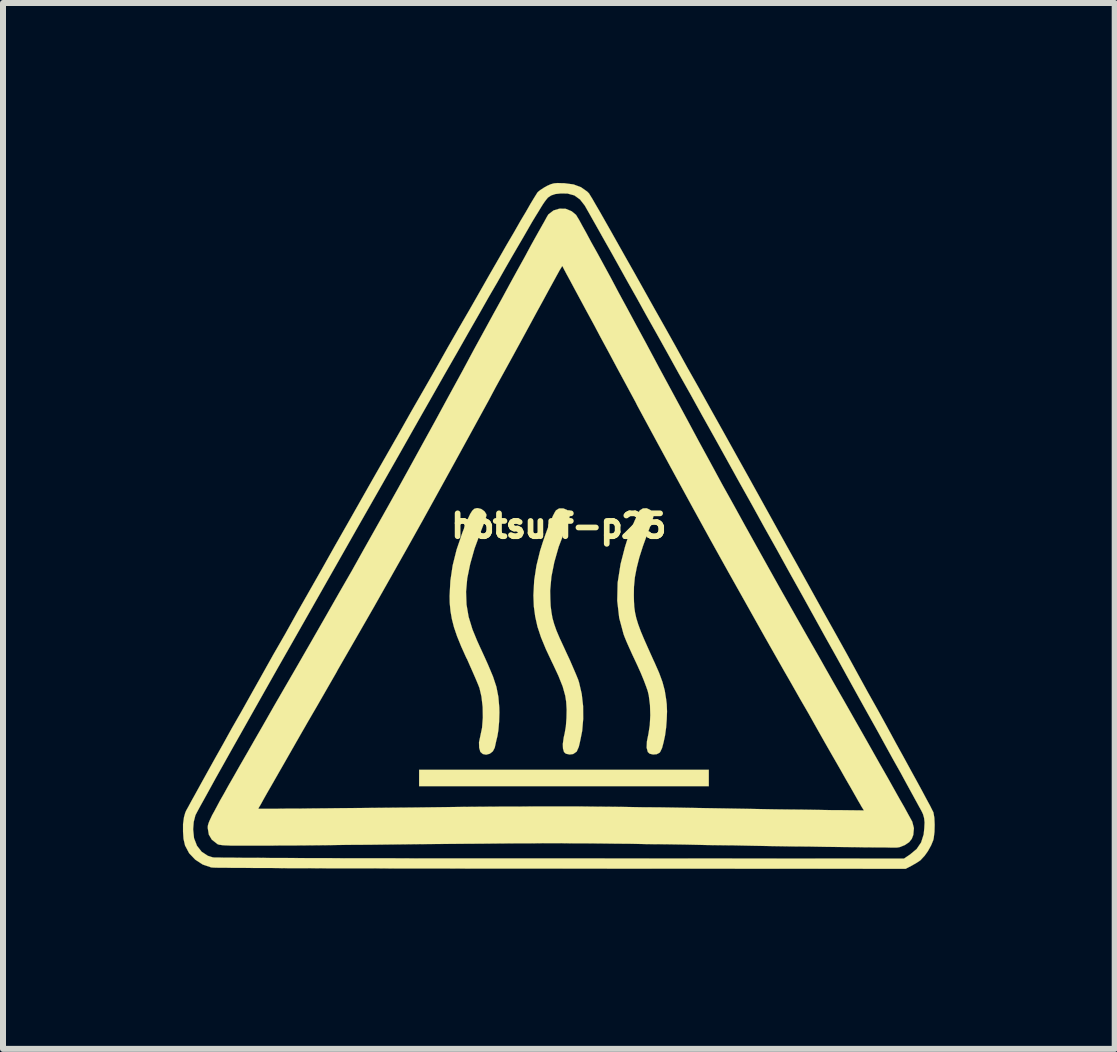
<source format=kicad_pcb>
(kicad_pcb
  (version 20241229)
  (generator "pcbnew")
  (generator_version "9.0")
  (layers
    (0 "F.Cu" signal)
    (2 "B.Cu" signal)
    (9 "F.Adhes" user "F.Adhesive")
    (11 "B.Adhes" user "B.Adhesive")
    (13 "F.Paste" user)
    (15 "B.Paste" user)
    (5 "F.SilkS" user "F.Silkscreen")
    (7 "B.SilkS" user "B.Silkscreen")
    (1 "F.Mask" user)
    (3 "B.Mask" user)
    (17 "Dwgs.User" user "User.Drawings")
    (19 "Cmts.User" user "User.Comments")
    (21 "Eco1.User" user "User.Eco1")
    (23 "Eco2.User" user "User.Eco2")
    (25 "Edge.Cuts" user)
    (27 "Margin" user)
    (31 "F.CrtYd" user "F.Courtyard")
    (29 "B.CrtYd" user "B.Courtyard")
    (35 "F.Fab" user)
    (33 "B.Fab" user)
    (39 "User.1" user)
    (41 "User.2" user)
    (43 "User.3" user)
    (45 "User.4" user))
  (footprint "hotsurf-p25"
    (layer "F.Cu")
    (at 6.265 5.716)
    (property "Reference" "hotsurf-p25" (at 0 0 0) (layer "F.SilkS") (effects (font (size 0.381 0.381) (thickness 0.127))))
    (attr through_hole)
    (fp_poly (pts (xy 2.499 4.338) (xy 0.086 4.338) (xy -2.329 4.338) (xy -2.329 4.201) (xy -2.329 4.064) (xy 0.086 4.064) (xy 2.499 4.064) (xy 2.499 4.201) (xy 2.499 4.338)) (stroke (width 0.003) (type solid)) (fill yes) (layer "F.SilkS"))
    (fp_poly (pts (xy -0.991 3.111) (xy -0.996 3.266) (xy -1.008 3.404) (xy -1.024 3.503) (xy -1.044 3.584) (xy -1.059 3.653) (xy -1.069 3.698) (xy -1.1 3.757) (xy -1.151 3.797) (xy -1.212 3.813) (xy -1.267 3.802) (xy -1.308 3.767) (xy -1.328 3.698) (xy -1.331 3.607) (xy -1.311 3.513) (xy -1.28 3.365) (xy -1.267 3.195) (xy -1.27 3.018) (xy -1.29 2.845) (xy -1.323 2.703) (xy -1.344 2.649) (xy -1.379 2.565) (xy -1.425 2.459) (xy -1.478 2.339) (xy -1.534 2.212) (xy -1.539 2.207) (xy -1.628 2.009) (xy -1.697 1.839) (xy -1.748 1.689) (xy -1.783 1.552) (xy -1.806 1.42) (xy -1.819 1.283) (xy -1.821 1.168) (xy -1.808 0.914) (xy -1.77 0.658) (xy -1.704 0.394) (xy -1.608 0.112) (xy -1.56 -0.01) (xy -1.514 -0.124) (xy -1.476 -0.203) (xy -1.443 -0.254) (xy -1.412 -0.284) (xy -1.377 -0.295) (xy -1.351 -0.297) (xy -1.293 -0.282) (xy -1.24 -0.244) (xy -1.209 -0.196) (xy -1.206 -0.178) (xy -1.214 -0.147) (xy -1.234 -0.084) (xy -1.265 0) (xy -1.3 0.091) (xy -1.405 0.376) (xy -1.478 0.635) (xy -1.527 0.874) (xy -1.547 1.097) (xy -1.539 1.311) (xy -1.504 1.516) (xy -1.44 1.725) (xy -1.364 1.91) (xy -1.311 2.027) (xy -1.25 2.159) (xy -1.194 2.283) (xy -1.176 2.324) (xy -1.097 2.512) (xy -1.041 2.682) (xy -1.008 2.85) (xy -0.993 3.028) (xy -0.991 3.111)) (stroke (width 0.003) (type solid)) (fill yes) (layer "F.SilkS"))
    (fp_poly (pts (xy 0.406 3.216) (xy 0.389 3.416) (xy 0.363 3.546) (xy 0.348 3.617) (xy 0.333 3.68) (xy 0.33 3.688) (xy 0.297 3.762) (xy 0.239 3.802) (xy 0.18 3.81) (xy 0.117 3.797) (xy 0.086 3.769) (xy 0.069 3.711) (xy 0.066 3.635) (xy 0.081 3.526) (xy 0.097 3.457) (xy 0.117 3.34) (xy 0.127 3.203) (xy 0.13 3.061) (xy 0.122 2.929) (xy 0.107 2.832) (xy 0.064 2.677) (xy -0.008 2.497) (xy -0.102 2.296) (xy -0.112 2.276) (xy -0.216 2.055) (xy -0.297 1.859) (xy -0.356 1.681) (xy -0.394 1.511) (xy -0.417 1.341) (xy -0.424 1.161) (xy -0.424 1.156) (xy -0.411 0.907) (xy -0.373 0.66) (xy -0.31 0.404) (xy -0.302 0.381) (xy -0.267 0.269) (xy -0.226 0.15) (xy -0.183 0.033) (xy -0.137 -0.076) (xy -0.099 -0.168) (xy -0.066 -0.231) (xy -0.048 -0.259) (xy 0.005 -0.292) (xy 0.074 -0.292) (xy 0.135 -0.267) (xy 0.15 -0.254) (xy 0.173 -0.224) (xy 0.183 -0.185) (xy 0.175 -0.132) (xy 0.155 -0.058) (xy 0.114 0.043) (xy 0.104 0.069) (xy -0.003 0.348) (xy -0.076 0.605) (xy -0.124 0.846) (xy -0.145 1.079) (xy -0.142 1.217) (xy -0.137 1.333) (xy -0.124 1.435) (xy -0.107 1.534) (xy -0.079 1.633) (xy -0.041 1.742) (xy 0.013 1.869) (xy 0.084 2.022) (xy 0.127 2.116) (xy 0.185 2.24) (xy 0.239 2.365) (xy 0.287 2.477) (xy 0.323 2.565) (xy 0.338 2.614) (xy 0.381 2.799) (xy 0.404 3.002) (xy 0.406 3.216)) (stroke (width 0.003) (type solid)) (fill yes) (layer "F.SilkS"))
    (fp_poly (pts (xy 1.803 3.091) (xy 1.798 3.226) (xy 1.788 3.36) (xy 1.77 3.493) (xy 1.745 3.609) (xy 1.72 3.703) (xy 1.689 3.767) (xy 1.679 3.78) (xy 1.631 3.805) (xy 1.57 3.81) (xy 1.514 3.797) (xy 1.483 3.769) (xy 1.463 3.696) (xy 1.468 3.592) (xy 1.494 3.462) (xy 1.516 3.32) (xy 1.524 3.155) (xy 1.519 2.985) (xy 1.499 2.827) (xy 1.481 2.751) (xy 1.455 2.677) (xy 1.417 2.576) (xy 1.369 2.459) (xy 1.313 2.334) (xy 1.28 2.263) (xy 1.224 2.144) (xy 1.171 2.027) (xy 1.125 1.923) (xy 1.092 1.841) (xy 1.079 1.806) (xy 1.006 1.534) (xy 0.973 1.247) (xy 0.98 0.947) (xy 1.029 0.635) (xy 1.102 0.351) (xy 1.135 0.246) (xy 1.176 0.132) (xy 1.219 0.02) (xy 1.262 -0.084) (xy 1.303 -0.173) (xy 1.333 -0.234) (xy 1.349 -0.259) (xy 1.402 -0.292) (xy 1.463 -0.295) (xy 1.519 -0.269) (xy 1.562 -0.226) (xy 1.577 -0.17) (xy 1.575 -0.15) (xy 1.562 -0.109) (xy 1.539 -0.038) (xy 1.506 0.051) (xy 1.481 0.117) (xy 1.402 0.335) (xy 1.341 0.526) (xy 1.298 0.696) (xy 1.267 0.856) (xy 1.252 1.013) (xy 1.25 1.156) (xy 1.252 1.257) (xy 1.257 1.351) (xy 1.27 1.443) (xy 1.29 1.534) (xy 1.321 1.636) (xy 1.364 1.753) (xy 1.42 1.887) (xy 1.491 2.047) (xy 1.577 2.238) (xy 1.595 2.276) (xy 1.671 2.449) (xy 1.727 2.601) (xy 1.765 2.743) (xy 1.788 2.888) (xy 1.798 2.969) (xy 1.803 3.091)) (stroke (width 0.003) (type solid)) (fill yes) (layer "F.SilkS"))
    (fp_poly (pts (xy 6.264 4.981) (xy 6.261 5.1) (xy 6.248 5.204) (xy 6.241 5.237) (xy 6.205 5.324) (xy 6.152 5.42) (xy 6.096 5.499) (xy 6.096 4.943) (xy 6.088 4.869) (xy 6.071 4.808) (xy 6.06 4.783) (xy 6.045 4.752) (xy 6.01 4.689) (xy 5.956 4.59) (xy 5.885 4.46) (xy 5.799 4.303) (xy 5.697 4.115) (xy 5.578 3.904) (xy 5.448 3.668) (xy 5.306 3.409) (xy 5.151 3.132) (xy 4.986 2.835) (xy 4.813 2.522) (xy 4.633 2.195) (xy 4.442 1.854) (xy 4.247 1.501) (xy 4.049 1.143) (xy 3.843 0.775) (xy 3.637 0.401) (xy 3.426 0.025) (xy 3.218 -0.353) (xy 3.007 -0.729) (xy 2.799 -1.105) (xy 2.593 -1.476) (xy 2.39 -1.839) (xy 2.192 -2.197) (xy 1.996 -2.545) (xy 1.811 -2.88) (xy 1.631 -3.203) (xy 1.458 -3.51) (xy 1.298 -3.8) (xy 1.146 -4.069) (xy 1.006 -4.321) (xy 0.879 -4.549) (xy 0.765 -4.75) (xy 0.665 -4.928) (xy 0.582 -5.075) (xy 0.516 -5.192) (xy 0.467 -5.278) (xy 0.437 -5.331) (xy 0.434 -5.337) (xy 0.353 -5.441) (xy 0.259 -5.509) (xy 0.145 -5.54) (xy 0.033 -5.542) (xy -0.058 -5.532) (xy -0.127 -5.509) (xy -0.173 -5.479) (xy -0.185 -5.469) (xy -0.198 -5.453) (xy -0.216 -5.431) (xy -0.239 -5.4) (xy -0.267 -5.359) (xy -0.3 -5.306) (xy -0.34 -5.24) (xy -0.389 -5.161) (xy -0.447 -5.065) (xy -0.513 -4.95) (xy -0.589 -4.818) (xy -0.678 -4.666) (xy -0.78 -4.491) (xy -0.894 -4.293) (xy -1.021 -4.069) (xy -1.166 -3.82) (xy -1.323 -3.543) (xy -1.499 -3.236) (xy -1.692 -2.896) (xy -1.905 -2.525) (xy -2.136 -2.118) (xy -2.324 -1.788) (xy -2.672 -1.173) (xy -3.007 -0.584) (xy -3.327 -0.023) (xy -3.63 0.511) (xy -3.917 1.016) (xy -4.188 1.494) (xy -4.442 1.941) (xy -4.679 2.357) (xy -4.897 2.743) (xy -5.098 3.099) (xy -5.281 3.424) (xy -5.446 3.716) (xy -5.591 3.975) (xy -5.718 4.201) (xy -5.824 4.394) (xy -5.911 4.552) (xy -5.979 4.674) (xy -6.027 4.763) (xy -6.053 4.813) (xy -6.058 4.823) (xy -6.086 4.933) (xy -6.096 5.057) (xy -6.081 5.204) (xy -6.032 5.331) (xy -5.954 5.431) (xy -5.85 5.499) (xy -5.771 5.524) (xy -5.745 5.527) (xy -5.677 5.527) (xy -5.57 5.53) (xy -5.428 5.53) (xy -5.25 5.532) (xy -5.037 5.532) (xy -4.793 5.535) (xy -4.519 5.535) (xy -4.216 5.537) (xy -3.889 5.537) (xy -3.536 5.54) (xy -3.157 5.54) (xy -2.761 5.54) (xy -2.342 5.542) (xy -1.908 5.542) (xy -1.455 5.542) (xy -0.988 5.542) (xy -0.511 5.542) (xy -0.02 5.542) (xy 0.025 5.542) (xy 5.753 5.545) (xy 5.855 5.476) (xy 5.964 5.385) (xy 6.038 5.276) (xy 6.081 5.141) (xy 6.091 5.039) (xy 6.096 4.943) (xy 6.096 5.499) (xy 6.088 5.507) (xy 6.027 5.573) (xy 6.017 5.58) (xy 5.959 5.618) (xy 5.888 5.659) (xy 5.87 5.669) (xy 5.781 5.715) (xy 0.038 5.712) (xy -0.455 5.712) (xy -0.935 5.712) (xy -1.402 5.712) (xy -1.857 5.71) (xy -2.296 5.71) (xy -2.718 5.71) (xy -3.119 5.707) (xy -3.498 5.707) (xy -3.856 5.707) (xy -4.188 5.705) (xy -4.496 5.705) (xy -4.775 5.702) (xy -5.024 5.702) (xy -5.24 5.7) (xy -5.425 5.7) (xy -5.573 5.697) (xy -5.685 5.697) (xy -5.758 5.695) (xy -5.791 5.692) (xy -5.794 5.692) (xy -5.936 5.644) (xy -6.06 5.563) (xy -6.162 5.456) (xy -6.231 5.326) (xy -6.233 5.316) (xy -6.256 5.217) (xy -6.264 5.095) (xy -6.264 4.971) (xy -6.248 4.854) (xy -6.228 4.783) (xy -6.213 4.747) (xy -6.175 4.679) (xy -6.119 4.575) (xy -6.045 4.442) (xy -5.956 4.28) (xy -5.85 4.089) (xy -5.73 3.873) (xy -5.596 3.635) (xy -5.451 3.373) (xy -5.291 3.094) (xy -5.123 2.794) (xy -4.945 2.477) (xy -4.76 2.146) (xy -4.564 1.806) (xy -4.366 1.45) (xy -4.161 1.09) (xy -3.95 0.719) (xy -3.739 0.343) (xy -3.523 -0.036) (xy -3.307 -0.417) (xy -3.091 -0.798) (xy -2.875 -1.176) (xy -2.662 -1.549) (xy -2.454 -1.918) (xy -2.245 -2.281) (xy -2.045 -2.631) (xy -1.852 -2.974) (xy -1.664 -3.302) (xy -1.483 -3.614) (xy -1.313 -3.912) (xy -1.156 -4.188) (xy -1.006 -4.448) (xy -0.871 -4.684) (xy -0.747 -4.895) (xy -0.64 -5.083) (xy -0.546 -5.24) (xy -0.472 -5.37) (xy -0.414 -5.466) (xy -0.373 -5.532) (xy -0.353 -5.563) (xy -0.31 -5.598) (xy -0.244 -5.641) (xy -0.198 -5.667) (xy -0.135 -5.695) (xy -0.081 -5.71) (xy -0.02 -5.715) (xy 0.066 -5.712) (xy 0.091 -5.712) (xy 0.244 -5.692) (xy 0.368 -5.646) (xy 0.472 -5.573) (xy 0.503 -5.542) (xy 0.518 -5.517) (xy 0.556 -5.456) (xy 0.61 -5.362) (xy 0.683 -5.237) (xy 0.772 -5.08) (xy 0.876 -4.897) (xy 0.993 -4.689) (xy 1.125 -4.455) (xy 1.27 -4.199) (xy 1.425 -3.922) (xy 1.59 -3.627) (xy 1.765 -3.317) (xy 1.948 -2.99) (xy 2.136 -2.649) (xy 2.334 -2.299) (xy 2.535 -1.938) (xy 2.741 -1.57) (xy 2.949 -1.196) (xy 3.16 -0.818) (xy 3.371 -0.437) (xy 3.581 -0.058) (xy 3.792 0.323) (xy 4 0.696) (xy 4.206 1.067) (xy 4.407 1.43) (xy 4.605 1.783) (xy 4.796 2.126) (xy 4.978 2.459) (xy 5.151 2.774) (xy 5.319 3.073) (xy 5.474 3.355) (xy 5.616 3.617) (xy 5.748 3.856) (xy 5.867 4.074) (xy 5.972 4.265) (xy 6.06 4.427) (xy 6.132 4.562) (xy 6.187 4.663) (xy 6.223 4.735) (xy 6.241 4.77) (xy 6.243 4.773) (xy 6.259 4.867) (xy 6.264 4.981)) (stroke (width 0.003) (type solid)) (fill yes) (layer "F.SilkS"))
    (fp_poly (pts (xy 5.918 5.037) (xy 5.908 5.149) (xy 5.883 5.215) (xy 5.839 5.271) (xy 5.768 5.319) (xy 5.687 5.352) (xy 5.652 5.359) (xy 5.621 5.362) (xy 5.552 5.362) (xy 5.446 5.359) (xy 5.304 5.359) (xy 5.131 5.357) (xy 5.085 5.357) (xy 5.085 4.742) (xy 5.042 4.674) (xy 5.027 4.646) (xy 4.991 4.585) (xy 4.938 4.491) (xy 4.867 4.366) (xy 4.78 4.216) (xy 4.681 4.041) (xy 4.567 3.843) (xy 4.442 3.625) (xy 4.308 3.388) (xy 4.166 3.134) (xy 4.013 2.87) (xy 3.856 2.593) (xy 3.752 2.413) (xy 3.426 1.839) (xy 3.117 1.288) (xy 2.817 0.754) (xy 2.522 0.224) (xy 2.23 -0.307) (xy 1.933 -0.851) (xy 1.628 -1.412) (xy 1.308 -2.004) (xy 1.283 -2.055) (xy 1.128 -2.342) (xy 0.978 -2.619) (xy 0.836 -2.885) (xy 0.701 -3.134) (xy 0.577 -3.368) (xy 0.462 -3.579) (xy 0.358 -3.772) (xy 0.269 -3.937) (xy 0.193 -4.079) (xy 0.132 -4.191) (xy 0.089 -4.272) (xy 0.064 -4.321) (xy 0.056 -4.333) (xy 0.046 -4.315) (xy 0.015 -4.265) (xy -0.033 -4.178) (xy -0.097 -4.061) (xy -0.175 -3.919) (xy -0.267 -3.749) (xy -0.373 -3.556) (xy -0.49 -3.34) (xy -0.617 -3.106) (xy -0.754 -2.855) (xy -0.899 -2.591) (xy -1.052 -2.314) (xy -1.171 -2.09) (xy -1.463 -1.557) (xy -1.74 -1.052) (xy -2.009 -0.564) (xy -2.273 -0.086) (xy -2.537 0.386) (xy -2.807 0.864) (xy -3.084 1.354) (xy -3.376 1.862) (xy -3.686 2.4) (xy -3.703 2.433) (xy -3.868 2.72) (xy -4.026 2.995) (xy -4.178 3.256) (xy -4.321 3.505) (xy -4.453 3.736) (xy -4.575 3.95) (xy -4.684 4.14) (xy -4.78 4.308) (xy -4.862 4.45) (xy -4.925 4.562) (xy -4.971 4.646) (xy -5.001 4.696) (xy -5.009 4.714) (xy -4.986 4.714) (xy -4.925 4.714) (xy -4.829 4.714) (xy -4.694 4.714) (xy -4.529 4.712) (xy -4.336 4.712) (xy -4.115 4.709) (xy -3.868 4.707) (xy -3.602 4.704) (xy -3.317 4.702) (xy -3.015 4.699) (xy -2.697 4.696) (xy -2.454 4.694) (xy -2.04 4.689) (xy -1.661 4.684) (xy -1.318 4.681) (xy -1.001 4.679) (xy -0.709 4.679) (xy -0.432 4.676) (xy -0.173 4.676) (xy 0.081 4.676) (xy 0.33 4.676) (xy 0.579 4.679) (xy 0.833 4.681) (xy 1.1 4.684) (xy 1.379 4.689) (xy 1.679 4.691) (xy 2.004 4.696) (xy 2.159 4.699) (xy 2.461 4.704) (xy 2.761 4.709) (xy 3.051 4.714) (xy 3.33 4.719) (xy 3.594 4.724) (xy 3.838 4.727) (xy 4.059 4.729) (xy 4.255 4.732) (xy 4.417 4.735) (xy 4.547 4.737) (xy 4.641 4.737) (xy 4.653 4.737) (xy 5.085 4.742) (xy 5.085 5.357) (xy 4.928 5.354) (xy 4.699 5.352) (xy 4.445 5.349) (xy 4.168 5.344) (xy 3.873 5.342) (xy 3.564 5.337) (xy 3.239 5.331) (xy 2.903 5.324) (xy 2.857 5.324) (xy 2.464 5.319) (xy 2.108 5.311) (xy 1.781 5.306) (xy 1.481 5.304) (xy 1.204 5.298) (xy 0.945 5.296) (xy 0.701 5.293) (xy 0.465 5.291) (xy 0.234 5.291) (xy 0.005 5.288) (xy -0.229 5.288) (xy -0.467 5.291) (xy -0.721 5.291) (xy -0.988 5.293) (xy -1.278 5.296) (xy -1.593 5.298) (xy -1.935 5.301) (xy -2.311 5.304) (xy -2.725 5.309) (xy -2.746 5.309) (xy -3.152 5.314) (xy -3.52 5.316) (xy -3.848 5.321) (xy -4.143 5.324) (xy -4.402 5.326) (xy -4.63 5.326) (xy -4.829 5.329) (xy -4.999 5.329) (xy -5.144 5.329) (xy -5.268 5.329) (xy -5.37 5.329) (xy -5.453 5.329) (xy -5.519 5.326) (xy -5.57 5.324) (xy -5.611 5.321) (xy -5.641 5.316) (xy -5.662 5.314) (xy -5.677 5.309) (xy -5.69 5.304) (xy -5.697 5.298) (xy -5.784 5.23) (xy -5.834 5.146) (xy -5.852 5.037) (xy -5.852 5.032) (xy -5.852 5.014) (xy -5.85 4.996) (xy -5.845 4.976) (xy -5.837 4.95) (xy -5.824 4.917) (xy -5.804 4.874) (xy -5.779 4.821) (xy -5.743 4.757) (xy -5.7 4.676) (xy -5.649 4.58) (xy -5.583 4.465) (xy -5.509 4.331) (xy -5.418 4.173) (xy -5.316 3.993) (xy -5.197 3.787) (xy -5.062 3.551) (xy -4.91 3.287) (xy -4.742 2.992) (xy -4.552 2.664) (xy -4.389 2.383) (xy -4.13 1.933) (xy -3.891 1.516) (xy -3.668 1.125) (xy -3.454 0.754) (xy -3.254 0.396) (xy -3.058 0.048) (xy -2.865 -0.295) (xy -2.672 -0.64) (xy -2.477 -0.993) (xy -2.276 -1.359) (xy -2.065 -1.742) (xy -1.844 -2.149) (xy -1.605 -2.586) (xy -1.567 -2.657) (xy -1.405 -2.959) (xy -1.245 -3.251) (xy -1.092 -3.531) (xy -0.945 -3.797) (xy -0.81 -4.046) (xy -0.683 -4.277) (xy -0.566 -4.488) (xy -0.465 -4.676) (xy -0.376 -4.836) (xy -0.3 -4.971) (xy -0.241 -5.075) (xy -0.201 -5.149) (xy -0.178 -5.187) (xy -0.175 -5.192) (xy -0.089 -5.258) (xy 0.01 -5.288) (xy 0.114 -5.286) (xy 0.213 -5.245) (xy 0.287 -5.184) (xy 0.302 -5.159) (xy 0.338 -5.1) (xy 0.389 -5.006) (xy 0.457 -4.884) (xy 0.538 -4.732) (xy 0.638 -4.554) (xy 0.747 -4.354) (xy 0.869 -4.13) (xy 0.998 -3.886) (xy 1.14 -3.625) (xy 1.288 -3.35) (xy 1.445 -3.061) (xy 1.605 -2.761) (xy 1.671 -2.637) (xy 1.91 -2.195) (xy 2.131 -1.786) (xy 2.337 -1.402) (xy 2.535 -1.039) (xy 2.725 -0.688) (xy 2.913 -0.351) (xy 3.099 -0.013) (xy 3.287 0.325) (xy 3.48 0.671) (xy 3.68 1.029) (xy 3.894 1.407) (xy 4.122 1.808) (xy 4.369 2.24) (xy 4.43 2.349) (xy 4.602 2.652) (xy 4.768 2.941) (xy 4.928 3.223) (xy 5.08 3.49) (xy 5.222 3.741) (xy 5.354 3.975) (xy 5.476 4.188) (xy 5.583 4.379) (xy 5.677 4.547) (xy 5.756 4.684) (xy 5.817 4.796) (xy 5.86 4.874) (xy 5.885 4.92) (xy 5.89 4.928) (xy 5.918 5.037)) (stroke (width 0.003) (type solid)) (fill yes) (layer "F.SilkS")))
  (gr_rect
    (start -3 -3)
    (end 15.53 14.433)
    (stroke (width 0.1) (type default))
    (fill no)
    (layer "Edge.Cuts")))
</source>
